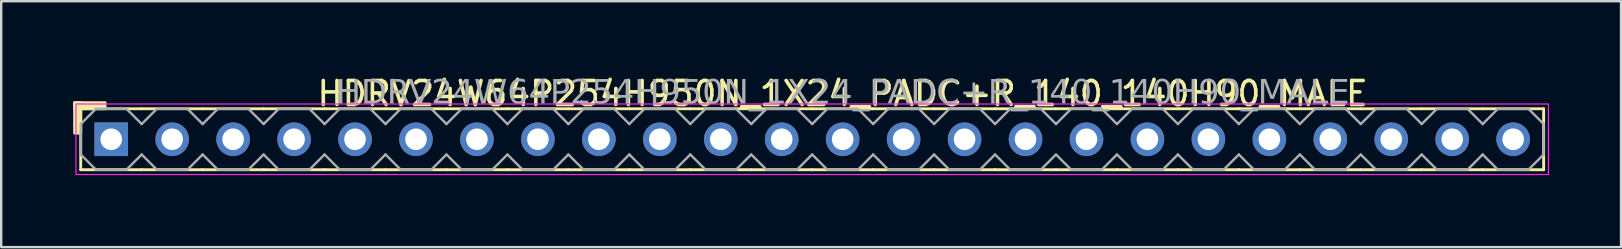
<source format=kicad_pcb>
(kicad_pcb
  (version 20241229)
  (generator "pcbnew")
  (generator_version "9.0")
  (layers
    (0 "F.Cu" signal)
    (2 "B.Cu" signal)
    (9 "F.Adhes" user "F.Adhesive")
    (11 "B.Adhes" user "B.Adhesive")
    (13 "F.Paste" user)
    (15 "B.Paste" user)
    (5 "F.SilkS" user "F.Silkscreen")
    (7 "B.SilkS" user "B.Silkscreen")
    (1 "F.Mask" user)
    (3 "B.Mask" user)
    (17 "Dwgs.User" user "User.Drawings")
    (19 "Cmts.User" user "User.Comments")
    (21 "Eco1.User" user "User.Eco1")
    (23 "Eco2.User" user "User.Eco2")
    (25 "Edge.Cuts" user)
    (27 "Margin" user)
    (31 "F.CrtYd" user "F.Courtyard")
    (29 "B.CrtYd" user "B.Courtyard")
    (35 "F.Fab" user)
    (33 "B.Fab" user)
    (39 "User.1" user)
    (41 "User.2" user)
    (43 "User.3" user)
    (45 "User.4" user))
  (footprint "HDRV24W64P254H950N_1X24_PADC+R_140_140H90_MALE"
    (layer "F.Cu")
    (at 30.794 2.753)
    (property "Reference" "HDRV24W64P254H950N_1X24_PADC+R_140_140H90_MALE" (at 1.27 -1.905 0) (layer "F.SilkS") (effects (font (size 1 1) (thickness 0.15))))
    (attr through_hole)
    (fp_line (start -30.48 1.27) (end -30.48 -1.27) (stroke (width 0.12) (type solid)) (layer "F.SilkS"))
    (fp_line (start -27.94 -1.27) (end -30.48 -1.27) (stroke (width 0.12) (type solid)) (layer "F.SilkS"))
    (fp_line (start -27.94 1.27) (end -30.48 1.27) (stroke (width 0.12) (type solid)) (layer "F.SilkS"))
    (fp_line (start -25.4 -1.27) (end -27.94 -1.27) (stroke (width 0.12) (type solid)) (layer "F.SilkS"))
    (fp_line (start -25.4 1.27) (end -27.94 1.27) (stroke (width 0.12) (type solid)) (layer "F.SilkS"))
    (fp_line (start -22.86 -1.27) (end -25.4 -1.27) (stroke (width 0.12) (type solid)) (layer "F.SilkS"))
    (fp_line (start -22.86 1.27) (end -25.4 1.27) (stroke (width 0.12) (type solid)) (layer "F.SilkS"))
    (fp_line (start -20.32 -1.27) (end -22.86 -1.27) (stroke (width 0.12) (type solid)) (layer "F.SilkS"))
    (fp_line (start -20.32 1.27) (end -22.86 1.27) (stroke (width 0.12) (type solid)) (layer "F.SilkS"))
    (fp_line (start -17.78 -1.27) (end -20.32 -1.27) (stroke (width 0.12) (type solid)) (layer "F.SilkS"))
    (fp_line (start -17.78 1.27) (end -20.32 1.27) (stroke (width 0.12) (type solid)) (layer "F.SilkS"))
    (fp_line (start -15.24 -1.27) (end -17.78 -1.27) (stroke (width 0.12) (type solid)) (layer "F.SilkS"))
    (fp_line (start -15.24 1.27) (end -17.78 1.27) (stroke (width 0.12) (type solid)) (layer "F.SilkS"))
    (fp_line (start -12.7 -1.27) (end -15.24 -1.27) (stroke (width 0.12) (type solid)) (layer "F.SilkS"))
    (fp_line (start -12.7 1.27) (end -15.24 1.27) (stroke (width 0.12) (type solid)) (layer "F.SilkS"))
    (fp_line (start -10.16 -1.27) (end -12.7 -1.27) (stroke (width 0.12) (type solid)) (layer "F.SilkS"))
    (fp_line (start -10.16 1.27) (end -12.7 1.27) (stroke (width 0.12) (type solid)) (layer "F.SilkS"))
    (fp_line (start -7.62 -1.27) (end -10.16 -1.27) (stroke (width 0.12) (type solid)) (layer "F.SilkS"))
    (fp_line (start -7.62 1.27) (end -10.16 1.27) (stroke (width 0.12) (type solid)) (layer "F.SilkS"))
    (fp_line (start -5.08 -1.27) (end -7.62 -1.27) (stroke (width 0.12) (type solid)) (layer "F.SilkS"))
    (fp_line (start -5.08 1.27) (end -7.62 1.27) (stroke (width 0.12) (type solid)) (layer "F.SilkS"))
    (fp_line (start -2.54 -1.27) (end -5.08 -1.27) (stroke (width 0.12) (type solid)) (layer "F.SilkS"))
    (fp_line (start -2.54 1.27) (end -5.08 1.27) (stroke (width 0.12) (type solid)) (layer "F.SilkS"))
    (fp_line (start 0 -1.27) (end -2.54 -1.27) (stroke (width 0.12) (type solid)) (layer "F.SilkS"))
    (fp_line (start 0 1.27) (end -2.54 1.27) (stroke (width 0.12) (type solid)) (layer "F.SilkS"))
    (fp_line (start 2.54 -1.27) (end 0 -1.27) (stroke (width 0.12) (type solid)) (layer "F.SilkS"))
    (fp_line (start 2.54 1.27) (end 0 1.27) (stroke (width 0.12) (type solid)) (layer "F.SilkS"))
    (fp_line (start 5.08 -1.27) (end 2.54 -1.27) (stroke (width 0.12) (type solid)) (layer "F.SilkS"))
    (fp_line (start 5.08 1.27) (end 2.54 1.27) (stroke (width 0.12) (type solid)) (layer "F.SilkS"))
    (fp_line (start 7.62 -1.27) (end 5.08 -1.27) (stroke (width 0.12) (type solid)) (layer "F.SilkS"))
    (fp_line (start 7.62 1.27) (end 5.08 1.27) (stroke (width 0.12) (type solid)) (layer "F.SilkS"))
    (fp_line (start 10.16 -1.27) (end 7.62 -1.27) (stroke (width 0.12) (type solid)) (layer "F.SilkS"))
    (fp_line (start 10.16 1.27) (end 7.62 1.27) (stroke (width 0.12) (type solid)) (layer "F.SilkS"))
    (fp_line (start 12.7 -1.27) (end 10.16 -1.27) (stroke (width 0.12) (type solid)) (layer "F.SilkS"))
    (fp_line (start 12.7 1.27) (end 10.16 1.27) (stroke (width 0.12) (type solid)) (layer "F.SilkS"))
    (fp_line (start 15.24 -1.27) (end 12.7 -1.27) (stroke (width 0.12) (type solid)) (layer "F.SilkS"))
    (fp_line (start 15.24 1.27) (end 12.7 1.27) (stroke (width 0.12) (type solid)) (layer "F.SilkS"))
    (fp_line (start 17.78 -1.27) (end 15.24 -1.27) (stroke (width 0.12) (type solid)) (layer "F.SilkS"))
    (fp_line (start 17.78 1.27) (end 15.24 1.27) (stroke (width 0.12) (type solid)) (layer "F.SilkS"))
    (fp_line (start 20.32 -1.27) (end 17.78 -1.27) (stroke (width 0.12) (type solid)) (layer "F.SilkS"))
    (fp_line (start 20.32 1.27) (end 17.78 1.27) (stroke (width 0.12) (type solid)) (layer "F.SilkS"))
    (fp_line (start 22.86 -1.27) (end 20.32 -1.27) (stroke (width 0.12) (type solid)) (layer "F.SilkS"))
    (fp_line (start 22.86 1.27) (end 20.32 1.27) (stroke (width 0.12) (type solid)) (layer "F.SilkS"))
    (fp_line (start 25.4 -1.27) (end 22.86 -1.27) (stroke (width 0.12) (type solid)) (layer "F.SilkS"))
    (fp_line (start 25.4 1.27) (end 22.86 1.27) (stroke (width 0.12) (type solid)) (layer "F.SilkS"))
    (fp_line (start 27.94 -1.27) (end 25.4 -1.27) (stroke (width 0.12) (type solid)) (layer "F.SilkS"))
    (fp_line (start 27.94 1.27) (end 25.4 1.27) (stroke (width 0.12) (type solid)) (layer "F.SilkS"))
    (fp_line (start 30.48 -1.27) (end 27.94 -1.27) (stroke (width 0.12) (type solid)) (layer "F.SilkS"))
    (fp_line (start 30.48 1.27) (end 27.94 1.27) (stroke (width 0.12) (type solid)) (layer "F.SilkS"))
    (fp_line (start 30.48 1.27) (end 30.48 -1.27) (stroke (width 0.12) (type solid)) (layer "F.SilkS"))
    (fp_rect (start -30.734 -0.254) (end -30.48 -1.524) (stroke (width 0.12) (type solid)) (fill yes) (layer "F.SilkS"))
    (fp_rect (start -29.464 -1.27) (end -30.734 -1.524) (stroke (width 0.12) (type solid)) (fill yes) (layer "F.SilkS"))
    (fp_rect (start -30.68 -1.47) (end 30.68 1.47) (stroke (width 0.05) (type default)) (fill no) (layer "F.CrtYd"))
    (fp_line (start -30.48 -0.635) (end -30.48 0.635) (stroke (width 0.1) (type solid)) (layer "F.Fab"))
    (fp_line (start -30.48 -0.635) (end -29.845 -1.27) (stroke (width 0.1) (type solid)) (layer "F.Fab"))
    (fp_line (start -29.845 -1.27) (end -28.575 -1.27) (stroke (width 0.1) (type solid)) (layer "F.Fab"))
    (fp_line (start -29.845 1.27) (end -30.48 0.635) (stroke (width 0.1) (type solid)) (layer "F.Fab"))
    (fp_line (start -28.575 -1.27) (end -27.94 -0.635) (stroke (width 0.1) (type solid)) (layer "F.Fab"))
    (fp_line (start -28.575 1.27) (end -29.845 1.27) (stroke (width 0.1) (type solid)) (layer "F.Fab"))
    (fp_line (start -27.94 -0.635) (end -27.305 -1.27) (stroke (width 0.1) (type solid)) (layer "F.Fab"))
    (fp_line (start -27.94 0.635) (end -28.575 1.27) (stroke (width 0.1) (type solid)) (layer "F.Fab"))
    (fp_line (start -27.305 -1.27) (end -26.035 -1.27) (stroke (width 0.1) (type solid)) (layer "F.Fab"))
    (fp_line (start -27.305 1.27) (end -27.94 0.635) (stroke (width 0.1) (type solid)) (layer "F.Fab"))
    (fp_line (start -26.035 -1.27) (end -25.4 -0.635) (stroke (width 0.1) (type solid)) (layer "F.Fab"))
    (fp_line (start -26.035 1.27) (end -27.305 1.27) (stroke (width 0.1) (type solid)) (layer "F.Fab"))
    (fp_line (start -25.4 -0.635) (end -24.765 -1.27) (stroke (width 0.1) (type solid)) (layer "F.Fab"))
    (fp_line (start -25.4 0.635) (end -26.035 1.27) (stroke (width 0.1) (type solid)) (layer "F.Fab"))
    (fp_line (start -24.765 -1.27) (end -23.495 -1.27) (stroke (width 0.1) (type solid)) (layer "F.Fab"))
    (fp_line (start -24.765 1.27) (end -25.4 0.635) (stroke (width 0.1) (type solid)) (layer "F.Fab"))
    (fp_line (start -23.495 -1.27) (end -22.86 -0.635) (stroke (width 0.1) (type solid)) (layer "F.Fab"))
    (fp_line (start -23.495 1.27) (end -24.765 1.27) (stroke (width 0.1) (type solid)) (layer "F.Fab"))
    (fp_line (start -22.86 -0.635) (end -22.225 -1.27) (stroke (width 0.1) (type solid)) (layer "F.Fab"))
    (fp_line (start -22.86 0.635) (end -23.495 1.27) (stroke (width 0.1) (type solid)) (layer "F.Fab"))
    (fp_line (start -22.225 -1.27) (end -20.955 -1.27) (stroke (width 0.1) (type solid)) (layer "F.Fab"))
    (fp_line (start -22.225 1.27) (end -22.86 0.635) (stroke (width 0.1) (type solid)) (layer "F.Fab"))
    (fp_line (start -20.955 -1.27) (end -20.32 -0.635) (stroke (width 0.1) (type solid)) (layer "F.Fab"))
    (fp_line (start -20.955 1.27) (end -22.225 1.27) (stroke (width 0.1) (type solid)) (layer "F.Fab"))
    (fp_line (start -20.32 -0.635) (end -19.685 -1.27) (stroke (width 0.1) (type solid)) (layer "F.Fab"))
    (fp_line (start -20.32 0.635) (end -20.955 1.27) (stroke (width 0.1) (type solid)) (layer "F.Fab"))
    (fp_line (start -19.685 -1.27) (end -18.415 -1.27) (stroke (width 0.1) (type solid)) (layer "F.Fab"))
    (fp_line (start -19.685 1.27) (end -20.32 0.635) (stroke (width 0.1) (type solid)) (layer "F.Fab"))
    (fp_line (start -18.415 -1.27) (end -17.78 -0.635) (stroke (width 0.1) (type solid)) (layer "F.Fab"))
    (fp_line (start -18.415 1.27) (end -19.685 1.27) (stroke (width 0.1) (type solid)) (layer "F.Fab"))
    (fp_line (start -17.78 -0.635) (end -17.145 -1.27) (stroke (width 0.1) (type solid)) (layer "F.Fab"))
    (fp_line (start -17.78 0.635) (end -18.415 1.27) (stroke (width 0.1) (type solid)) (layer "F.Fab"))
    (fp_line (start -17.145 -1.27) (end -15.875 -1.27) (stroke (width 0.1) (type solid)) (layer "F.Fab"))
    (fp_line (start -17.145 1.27) (end -17.78 0.635) (stroke (width 0.1) (type solid)) (layer "F.Fab"))
    (fp_line (start -15.875 -1.27) (end -15.24 -0.635) (stroke (width 0.1) (type solid)) (layer "F.Fab"))
    (fp_line (start -15.875 1.27) (end -17.145 1.27) (stroke (width 0.1) (type solid)) (layer "F.Fab"))
    (fp_line (start -15.24 -0.635) (end -14.605 -1.27) (stroke (width 0.1) (type solid)) (layer "F.Fab"))
    (fp_line (start -15.24 0.635) (end -15.875 1.27) (stroke (width 0.1) (type solid)) (layer "F.Fab"))
    (fp_line (start -14.605 -1.27) (end -13.335 -1.27) (stroke (width 0.1) (type solid)) (layer "F.Fab"))
    (fp_line (start -14.605 1.27) (end -15.24 0.635) (stroke (width 0.1) (type solid)) (layer "F.Fab"))
    (fp_line (start -13.335 -1.27) (end -12.7 -0.635) (stroke (width 0.1) (type solid)) (layer "F.Fab"))
    (fp_line (start -13.335 1.27) (end -14.605 1.27) (stroke (width 0.1) (type solid)) (layer "F.Fab"))
    (fp_line (start -12.7 -0.635) (end -12.065 -1.27) (stroke (width 0.1) (type solid)) (layer "F.Fab"))
    (fp_line (start -12.7 0.635) (end -13.335 1.27) (stroke (width 0.1) (type solid)) (layer "F.Fab"))
    (fp_line (start -12.065 -1.27) (end -10.795 -1.27) (stroke (width 0.1) (type solid)) (layer "F.Fab"))
    (fp_line (start -12.065 1.27) (end -12.7 0.635) (stroke (width 0.1) (type solid)) (layer "F.Fab"))
    (fp_line (start -10.795 -1.27) (end -10.16 -0.635) (stroke (width 0.1) (type solid)) (layer "F.Fab"))
    (fp_line (start -10.795 1.27) (end -12.065 1.27) (stroke (width 0.1) (type solid)) (layer "F.Fab"))
    (fp_line (start -10.16 -0.635) (end -9.525 -1.27) (stroke (width 0.1) (type solid)) (layer "F.Fab"))
    (fp_line (start -10.16 0.635) (end -10.795 1.27) (stroke (width 0.1) (type solid)) (layer "F.Fab"))
    (fp_line (start -9.525 -1.27) (end -8.255 -1.27) (stroke (width 0.1) (type solid)) (layer "F.Fab"))
    (fp_line (start -9.525 1.27) (end -10.16 0.635) (stroke (width 0.1) (type solid)) (layer "F.Fab"))
    (fp_line (start -8.255 -1.27) (end -7.62 -0.635) (stroke (width 0.1) (type solid)) (layer "F.Fab"))
    (fp_line (start -8.255 1.27) (end -9.525 1.27) (stroke (width 0.1) (type solid)) (layer "F.Fab"))
    (fp_line (start -7.62 -0.635) (end -6.985 -1.27) (stroke (width 0.1) (type solid)) (layer "F.Fab"))
    (fp_line (start -7.62 0.635) (end -8.255 1.27) (stroke (width 0.1) (type solid)) (layer "F.Fab"))
    (fp_line (start -6.985 -1.27) (end -5.715 -1.27) (stroke (width 0.1) (type solid)) (layer "F.Fab"))
    (fp_line (start -6.985 1.27) (end -7.62 0.635) (stroke (width 0.1) (type solid)) (layer "F.Fab"))
    (fp_line (start -5.715 -1.27) (end -5.08 -0.635) (stroke (width 0.1) (type solid)) (layer "F.Fab"))
    (fp_line (start -5.715 1.27) (end -6.985 1.27) (stroke (width 0.1) (type solid)) (layer "F.Fab"))
    (fp_line (start -5.08 -0.635) (end -4.445 -1.27) (stroke (width 0.1) (type solid)) (layer "F.Fab"))
    (fp_line (start -5.08 0.635) (end -5.715 1.27) (stroke (width 0.1) (type solid)) (layer "F.Fab"))
    (fp_line (start -4.445 -1.27) (end -3.175 -1.27) (stroke (width 0.1) (type solid)) (layer "F.Fab"))
    (fp_line (start -4.445 1.27) (end -5.08 0.635) (stroke (width 0.1) (type solid)) (layer "F.Fab"))
    (fp_line (start -3.175 -1.27) (end -2.54 -0.635) (stroke (width 0.1) (type solid)) (layer "F.Fab"))
    (fp_line (start -3.175 1.27) (end -4.445 1.27) (stroke (width 0.1) (type solid)) (layer "F.Fab"))
    (fp_line (start -2.54 -0.635) (end -1.905 -1.27) (stroke (width 0.1) (type solid)) (layer "F.Fab"))
    (fp_line (start -2.54 0.635) (end -3.175 1.27) (stroke (width 0.1) (type solid)) (layer "F.Fab"))
    (fp_line (start -1.905 -1.27) (end -0.635 -1.27) (stroke (width 0.1) (type solid)) (layer "F.Fab"))
    (fp_line (start -1.905 1.27) (end -2.54 0.635) (stroke (width 0.1) (type solid)) (layer "F.Fab"))
    (fp_line (start -0.635 -1.27) (end 0 -0.635) (stroke (width 0.1) (type solid)) (layer "F.Fab"))
    (fp_line (start -0.635 1.27) (end -1.905 1.27) (stroke (width 0.1) (type solid)) (layer "F.Fab"))
    (fp_line (start 0 -0.635) (end 0.635 -1.27) (stroke (width 0.1) (type solid)) (layer "F.Fab"))
    (fp_line (start 0 0.635) (end -0.635 1.27) (stroke (width 0.1) (type solid)) (layer "F.Fab"))
    (fp_line (start 0.635 -1.27) (end 1.905 -1.27) (stroke (width 0.1) (type solid)) (layer "F.Fab"))
    (fp_line (start 0.635 1.27) (end 0 0.635) (stroke (width 0.1) (type solid)) (layer "F.Fab"))
    (fp_line (start 1.905 -1.27) (end 2.54 -0.635) (stroke (width 0.1) (type solid)) (layer "F.Fab"))
    (fp_line (start 1.905 1.27) (end 0.635 1.27) (stroke (width 0.1) (type solid)) (layer "F.Fab"))
    (fp_line (start 2.54 -0.635) (end 3.175 -1.27) (stroke (width 0.1) (type solid)) (layer "F.Fab"))
    (fp_line (start 2.54 0.635) (end 1.905 1.27) (stroke (width 0.1) (type solid)) (layer "F.Fab"))
    (fp_line (start 3.175 -1.27) (end 4.445 -1.27) (stroke (width 0.1) (type solid)) (layer "F.Fab"))
    (fp_line (start 3.175 1.27) (end 2.54 0.635) (stroke (width 0.1) (type solid)) (layer "F.Fab"))
    (fp_line (start 4.445 -1.27) (end 5.08 -0.635) (stroke (width 0.1) (type solid)) (layer "F.Fab"))
    (fp_line (start 4.445 1.27) (end 3.175 1.27) (stroke (width 0.1) (type solid)) (layer "F.Fab"))
    (fp_line (start 5.08 -0.635) (end 5.715 -1.27) (stroke (width 0.1) (type solid)) (layer "F.Fab"))
    (fp_line (start 5.08 0.635) (end 4.445 1.27) (stroke (width 0.1) (type solid)) (layer "F.Fab"))
    (fp_line (start 5.715 -1.27) (end 6.985 -1.27) (stroke (width 0.1) (type solid)) (layer "F.Fab"))
    (fp_line (start 5.715 1.27) (end 5.08 0.635) (stroke (width 0.1) (type solid)) (layer "F.Fab"))
    (fp_line (start 6.985 -1.27) (end 7.62 -0.635) (stroke (width 0.1) (type solid)) (layer "F.Fab"))
    (fp_line (start 6.985 1.27) (end 5.715 1.27) (stroke (width 0.1) (type solid)) (layer "F.Fab"))
    (fp_line (start 7.62 -0.635) (end 8.255 -1.27) (stroke (width 0.1) (type solid)) (layer "F.Fab"))
    (fp_line (start 7.62 0.635) (end 6.985 1.27) (stroke (width 0.1) (type solid)) (layer "F.Fab"))
    (fp_line (start 8.255 -1.27) (end 9.525 -1.27) (stroke (width 0.1) (type solid)) (layer "F.Fab"))
    (fp_line (start 8.255 1.27) (end 7.62 0.635) (stroke (width 0.1) (type solid)) (layer "F.Fab"))
    (fp_line (start 9.525 -1.27) (end 10.16 -0.635) (stroke (width 0.1) (type solid)) (layer "F.Fab"))
    (fp_line (start 9.525 1.27) (end 8.255 1.27) (stroke (width 0.1) (type solid)) (layer "F.Fab"))
    (fp_line (start 10.16 -0.635) (end 10.795 -1.27) (stroke (width 0.1) (type solid)) (layer "F.Fab"))
    (fp_line (start 10.16 0.635) (end 9.525 1.27) (stroke (width 0.1) (type solid)) (layer "F.Fab"))
    (fp_line (start 10.795 -1.27) (end 12.065 -1.27) (stroke (width 0.1) (type solid)) (layer "F.Fab"))
    (fp_line (start 10.795 1.27) (end 10.16 0.635) (stroke (width 0.1) (type solid)) (layer "F.Fab"))
    (fp_line (start 12.065 -1.27) (end 12.7 -0.635) (stroke (width 0.1) (type solid)) (layer "F.Fab"))
    (fp_line (start 12.065 1.27) (end 10.795 1.27) (stroke (width 0.1) (type solid)) (layer "F.Fab"))
    (fp_line (start 12.7 -0.635) (end 13.335 -1.27) (stroke (width 0.1) (type solid)) (layer "F.Fab"))
    (fp_line (start 12.7 0.635) (end 12.065 1.27) (stroke (width 0.1) (type solid)) (layer "F.Fab"))
    (fp_line (start 13.335 -1.27) (end 14.605 -1.27) (stroke (width 0.1) (type solid)) (layer "F.Fab"))
    (fp_line (start 13.335 1.27) (end 12.7 0.635) (stroke (width 0.1) (type solid)) (layer "F.Fab"))
    (fp_line (start 14.605 -1.27) (end 15.24 -0.635) (stroke (width 0.1) (type solid)) (layer "F.Fab"))
    (fp_line (start 14.605 1.27) (end 13.335 1.27) (stroke (width 0.1) (type solid)) (layer "F.Fab"))
    (fp_line (start 15.24 -0.635) (end 15.875 -1.27) (stroke (width 0.1) (type solid)) (layer "F.Fab"))
    (fp_line (start 15.24 0.635) (end 14.605 1.27) (stroke (width 0.1) (type solid)) (layer "F.Fab"))
    (fp_line (start 15.875 -1.27) (end 17.145 -1.27) (stroke (width 0.1) (type solid)) (layer "F.Fab"))
    (fp_line (start 15.875 1.27) (end 15.24 0.635) (stroke (width 0.1) (type solid)) (layer "F.Fab"))
    (fp_line (start 17.145 -1.27) (end 17.78 -0.635) (stroke (width 0.1) (type solid)) (layer "F.Fab"))
    (fp_line (start 17.145 1.27) (end 15.875 1.27) (stroke (width 0.1) (type solid)) (layer "F.Fab"))
    (fp_line (start 17.78 -0.635) (end 18.415 -1.27) (stroke (width 0.1) (type solid)) (layer "F.Fab"))
    (fp_line (start 17.78 0.635) (end 17.145 1.27) (stroke (width 0.1) (type solid)) (layer "F.Fab"))
    (fp_line (start 18.415 -1.27) (end 19.685 -1.27) (stroke (width 0.1) (type solid)) (layer "F.Fab"))
    (fp_line (start 18.415 1.27) (end 17.78 0.635) (stroke (width 0.1) (type solid)) (layer "F.Fab"))
    (fp_line (start 19.685 -1.27) (end 20.32 -0.635) (stroke (width 0.1) (type solid)) (layer "F.Fab"))
    (fp_line (start 19.685 1.27) (end 18.415 1.27) (stroke (width 0.1) (type solid)) (layer "F.Fab"))
    (fp_line (start 20.32 -0.635) (end 20.955 -1.27) (stroke (width 0.1) (type solid)) (layer "F.Fab"))
    (fp_line (start 20.32 0.635) (end 19.685 1.27) (stroke (width 0.1) (type solid)) (layer "F.Fab"))
    (fp_line (start 20.955 -1.27) (end 22.225 -1.27) (stroke (width 0.1) (type solid)) (layer "F.Fab"))
    (fp_line (start 20.955 1.27) (end 20.32 0.635) (stroke (width 0.1) (type solid)) (layer "F.Fab"))
    (fp_line (start 22.225 -1.27) (end 22.86 -0.635) (stroke (width 0.1) (type solid)) (layer "F.Fab"))
    (fp_line (start 22.225 1.27) (end 20.955 1.27) (stroke (width 0.1) (type solid)) (layer "F.Fab"))
    (fp_line (start 22.86 -0.635) (end 23.495 -1.27) (stroke (width 0.1) (type solid)) (layer "F.Fab"))
    (fp_line (start 22.86 0.635) (end 22.225 1.27) (stroke (width 0.1) (type solid)) (layer "F.Fab"))
    (fp_line (start 23.495 -1.27) (end 24.765 -1.27) (stroke (width 0.1) (type solid)) (layer "F.Fab"))
    (fp_line (start 23.495 1.27) (end 22.86 0.635) (stroke (width 0.1) (type solid)) (layer "F.Fab"))
    (fp_line (start 24.765 -1.27) (end 25.4 -0.635) (stroke (width 0.1) (type solid)) (layer "F.Fab"))
    (fp_line (start 24.765 1.27) (end 23.495 1.27) (stroke (width 0.1) (type solid)) (layer "F.Fab"))
    (fp_line (start 25.4 -0.635) (end 26.035 -1.27) (stroke (width 0.1) (type solid)) (layer "F.Fab"))
    (fp_line (start 25.4 0.635) (end 24.765 1.27) (stroke (width 0.1) (type solid)) (layer "F.Fab"))
    (fp_line (start 26.035 -1.27) (end 27.305 -1.27) (stroke (width 0.1) (type solid)) (layer "F.Fab"))
    (fp_line (start 26.035 1.27) (end 25.4 0.635) (stroke (width 0.1) (type solid)) (layer "F.Fab"))
    (fp_line (start 27.305 -1.27) (end 27.94 -0.635) (stroke (width 0.1) (type solid)) (layer "F.Fab"))
    (fp_line (start 27.305 1.27) (end 26.035 1.27) (stroke (width 0.1) (type solid)) (layer "F.Fab"))
    (fp_line (start 27.94 -0.635) (end 28.575 -1.27) (stroke (width 0.1) (type solid)) (layer "F.Fab"))
    (fp_line (start 27.94 0.635) (end 27.305 1.27) (stroke (width 0.1) (type solid)) (layer "F.Fab"))
    (fp_line (start 28.575 -1.27) (end 29.845 -1.27) (stroke (width 0.1) (type solid)) (layer "F.Fab"))
    (fp_line (start 28.575 1.27) (end 27.94 0.635) (stroke (width 0.1) (type solid)) (layer "F.Fab"))
    (fp_line (start 29.845 -1.27) (end 30.48 -0.635) (stroke (width 0.1) (type solid)) (layer "F.Fab"))
    (fp_line (start 29.845 1.27) (end 28.575 1.27) (stroke (width 0.1) (type solid)) (layer "F.Fab"))
    (fp_line (start 30.48 -0.635) (end 30.48 0.635) (stroke (width 0.1) (type solid)) (layer "F.Fab"))
    (fp_line (start 30.48 0.635) (end 29.845 1.27) (stroke (width 0.1) (type solid)) (layer "F.Fab"))
    (fp_rect (start -28.956 -0.254) (end -29.464 0.254) (stroke (width 0.1) (type solid)) (fill no) (layer "F.Fab"))
    (fp_rect (start -26.416 -0.254) (end -26.924 0.254) (stroke (width 0.1) (type solid)) (fill no) (layer "F.Fab"))
    (fp_rect (start -23.876 -0.254) (end -24.384 0.254) (stroke (width 0.1) (type solid)) (fill no) (layer "F.Fab"))
    (fp_rect (start -21.336 -0.254) (end -21.844 0.254) (stroke (width 0.1) (type solid)) (fill no) (layer "F.Fab"))
    (fp_rect (start -18.796 -0.254) (end -19.304 0.254) (stroke (width 0.1) (type solid)) (fill no) (layer "F.Fab"))
    (fp_rect (start -16.256 -0.254) (end -16.764 0.254) (stroke (width 0.1) (type solid)) (fill no) (layer "F.Fab"))
    (fp_rect (start -13.716 -0.254) (end -14.224 0.254) (stroke (width 0.1) (type solid)) (fill no) (layer "F.Fab"))
    (fp_rect (start -11.176 -0.254) (end -11.684 0.254) (stroke (width 0.1) (type solid)) (fill no) (layer "F.Fab"))
    (fp_rect (start -8.636 -0.254) (end -9.144 0.254) (stroke (width 0.1) (type solid)) (fill no) (layer "F.Fab"))
    (fp_rect (start -6.096 -0.254) (end -6.604 0.254) (stroke (width 0.1) (type solid)) (fill no) (layer "F.Fab"))
    (fp_rect (start -3.556 -0.254) (end -4.064 0.254) (stroke (width 0.1) (type solid)) (fill no) (layer "F.Fab"))
    (fp_rect (start -1.016 -0.254) (end -1.524 0.254) (stroke (width 0.1) (type solid)) (fill no) (layer "F.Fab"))
    (fp_rect (start 1.524 -0.254) (end 1.016 0.254) (stroke (width 0.1) (type solid)) (fill no) (layer "F.Fab"))
    (fp_rect (start 4.064 -0.254) (end 3.556 0.254) (stroke (width 0.1) (type solid)) (fill no) (layer "F.Fab"))
    (fp_rect (start 6.604 -0.254) (end 6.096 0.254) (stroke (width 0.1) (type solid)) (fill no) (layer "F.Fab"))
    (fp_rect (start 9.144 -0.254) (end 8.636 0.254) (stroke (width 0.1) (type solid)) (fill no) (layer "F.Fab"))
    (fp_rect (start 11.684 -0.254) (end 11.176 0.254) (stroke (width 0.1) (type solid)) (fill no) (layer "F.Fab"))
    (fp_rect (start 14.224 -0.254) (end 13.716 0.254) (stroke (width 0.1) (type solid)) (fill no) (layer "F.Fab"))
    (fp_rect (start 16.764 -0.254) (end 16.256 0.254) (stroke (width 0.1) (type solid)) (fill no) (layer "F.Fab"))
    (fp_rect (start 19.304 -0.254) (end 18.796 0.254) (stroke (width 0.1) (type solid)) (fill no) (layer "F.Fab"))
    (fp_rect (start 21.844 -0.254) (end 21.336 0.254) (stroke (width 0.1) (type solid)) (fill no) (layer "F.Fab"))
    (fp_rect (start 24.384 -0.254) (end 23.876 0.254) (stroke (width 0.1) (type solid)) (fill no) (layer "F.Fab"))
    (fp_rect (start 26.924 -0.254) (end 26.416 0.254) (stroke (width 0.1) (type solid)) (fill no) (layer "F.Fab"))
    (fp_rect (start 29.464 -0.254) (end 28.956 0.254) (stroke (width 0.1) (type solid)) (fill no) (layer "F.Fab"))
    (fp_text user "${REFERENCE}" (at 1.27 -1.905 0) (layer "F.Fab") (effects (font (face "Tahoma") (size 1 1) (thickness 0.15))))
    (pad "1" thru_hole rect (at -29.21 0) (size 1.4 1.4) (drill 0.9) (layers "*.Cu" "*.Mask"))
    (pad "2" thru_hole circle (at -26.67 0) (size 1.4 1.4) (drill 0.9) (layers "*.Cu" "*.Mask"))
    (pad "3" thru_hole circle (at -24.13 0) (size 1.4 1.4) (drill 0.9) (layers "*.Cu" "*.Mask"))
    (pad "4" thru_hole circle (at -21.59 0) (size 1.4 1.4) (drill 0.9) (layers "*.Cu" "*.Mask"))
    (pad "5" thru_hole circle (at -19.05 0) (size 1.4 1.4) (drill 0.9) (layers "*.Cu" "*.Mask"))
    (pad "6" thru_hole circle (at -16.51 0) (size 1.4 1.4) (drill 0.9) (layers "*.Cu" "*.Mask"))
    (pad "7" thru_hole circle (at -13.97 0) (size 1.4 1.4) (drill 0.9) (layers "*.Cu" "*.Mask"))
    (pad "8" thru_hole circle (at -11.43 0) (size 1.4 1.4) (drill 0.9) (layers "*.Cu" "*.Mask"))
    (pad "9" thru_hole circle (at -8.89 0) (size 1.4 1.4) (drill 0.9) (layers "*.Cu" "*.Mask"))
    (pad "10" thru_hole circle (at -6.35 0) (size 1.4 1.4) (drill 0.9) (layers "*.Cu" "*.Mask"))
    (pad "11" thru_hole circle (at -3.81 0) (size 1.4 1.4) (drill 0.9) (layers "*.Cu" "*.Mask"))
    (pad "12" thru_hole circle (at -1.27 0) (size 1.4 1.4) (drill 0.9) (layers "*.Cu" "*.Mask"))
    (pad "13" thru_hole circle (at 1.27 0) (size 1.4 1.4) (drill 0.9) (layers "*.Cu" "*.Mask"))
    (pad "14" thru_hole circle (at 3.81 0) (size 1.4 1.4) (drill 0.9) (layers "*.Cu" "*.Mask"))
    (pad "15" thru_hole circle (at 6.35 0) (size 1.4 1.4) (drill 0.9) (layers "*.Cu" "*.Mask"))
    (pad "16" thru_hole circle (at 8.89 0) (size 1.4 1.4) (drill 0.9) (layers "*.Cu" "*.Mask"))
    (pad "17" thru_hole circle (at 11.43 0) (size 1.4 1.4) (drill 0.9) (layers "*.Cu" "*.Mask"))
    (pad "18" thru_hole circle (at 13.97 0) (size 1.4 1.4) (drill 0.9) (layers "*.Cu" "*.Mask"))
    (pad "19" thru_hole circle (at 16.51 0) (size 1.4 1.4) (drill 0.9) (layers "*.Cu" "*.Mask"))
    (pad "20" thru_hole circle (at 19.05 0) (size 1.4 1.4) (drill 0.9) (layers "*.Cu" "*.Mask"))
    (pad "21" thru_hole circle (at 21.59 0) (size 1.4 1.4) (drill 0.9) (layers "*.Cu" "*.Mask"))
    (pad "22" thru_hole circle (at 24.13 0) (size 1.4 1.4) (drill 0.9) (layers "*.Cu" "*.Mask"))
    (pad "23" thru_hole circle (at 26.67 0) (size 1.4 1.4) (drill 0.9) (layers "*.Cu" "*.Mask"))
    (pad "24" thru_hole circle (at 29.21 0) (size 1.4 1.4) (drill 0.9) (layers "*.Cu" "*.Mask")))
  (gr_rect
    (start -3 -3)
    (end 64.499 7.248)
    (stroke (width 0.1) (type default))
    (fill no)
    (layer "Edge.Cuts")))
</source>
